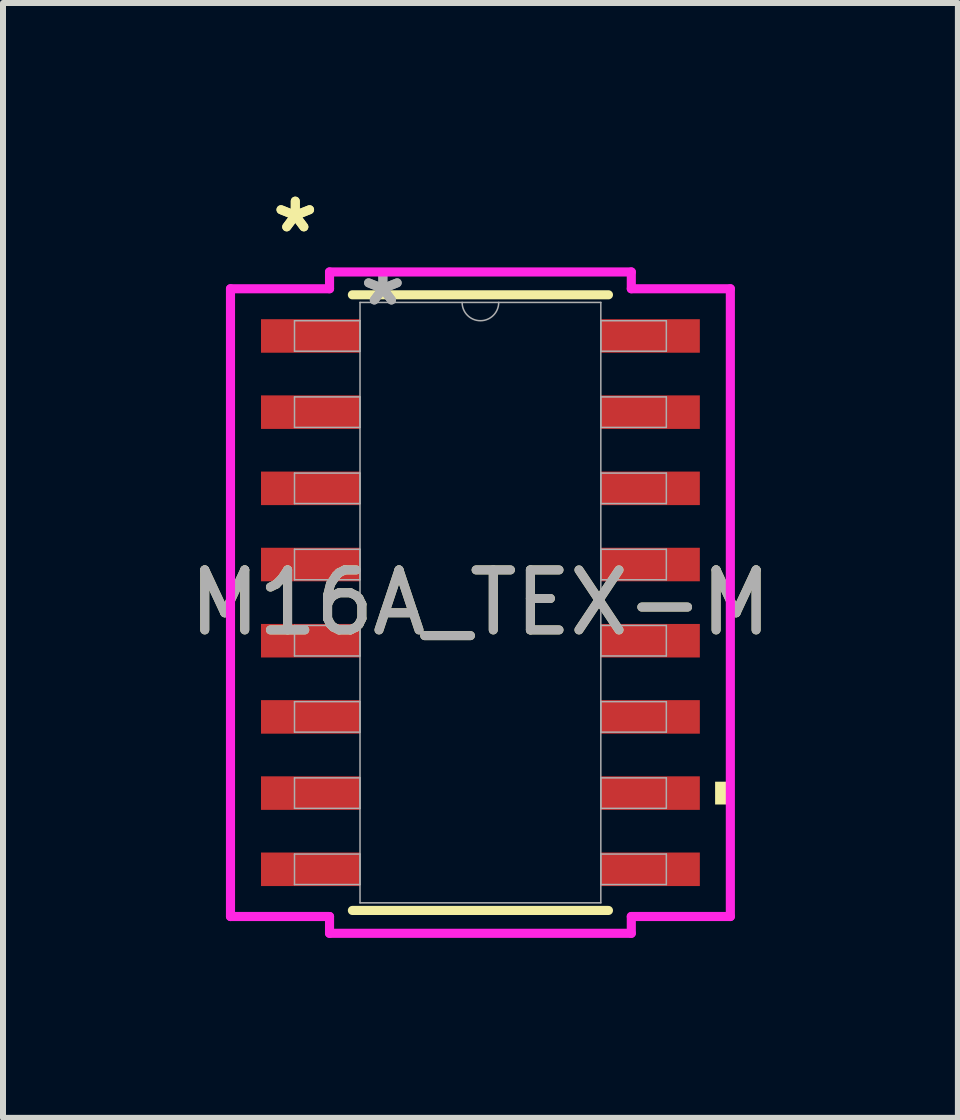
<source format=kicad_pcb>
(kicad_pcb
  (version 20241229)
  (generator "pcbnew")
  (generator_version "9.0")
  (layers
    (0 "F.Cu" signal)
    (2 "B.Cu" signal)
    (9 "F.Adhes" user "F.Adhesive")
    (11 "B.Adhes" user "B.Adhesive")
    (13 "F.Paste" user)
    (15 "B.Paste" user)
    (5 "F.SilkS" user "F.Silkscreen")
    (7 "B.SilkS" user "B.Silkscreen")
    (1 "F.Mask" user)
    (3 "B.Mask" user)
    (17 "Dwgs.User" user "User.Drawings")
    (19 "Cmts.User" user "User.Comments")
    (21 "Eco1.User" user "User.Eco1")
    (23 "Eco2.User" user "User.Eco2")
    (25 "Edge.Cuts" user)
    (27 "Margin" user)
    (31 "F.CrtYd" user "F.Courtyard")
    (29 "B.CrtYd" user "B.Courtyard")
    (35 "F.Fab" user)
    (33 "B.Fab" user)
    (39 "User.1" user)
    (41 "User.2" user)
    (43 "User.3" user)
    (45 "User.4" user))
  (footprint "M16A_TEX-M"
    (layer "F.Cu")
    (at 4.958 6.995)
    (property "Reference" "M16A_TEX-M" (at 0 0 0) (unlocked yes) (layer "F.SilkS") (effects (font (size 1 1) (thickness 0.15))))
    (attr smd)
    (fp_line (start -2.134 5.131) (end 2.134 5.131) (stroke (width 0.152) (type solid)) (layer "F.SilkS"))
    (fp_line (start 2.134 -5.131) (end -2.134 -5.131) (stroke (width 0.152) (type solid)) (layer "F.SilkS"))
    (fp_poly (pts (xy 4.166 2.985) (xy 4.166 3.365) (xy 3.912 3.365) (xy 3.912 2.985)) (stroke (width 0) (type solid)) (fill yes) (layer "F.SilkS"))
    (fp_line (start -4.166 -5.232) (end -2.515 -5.232) (stroke (width 0.152) (type solid)) (layer "F.CrtYd"))
    (fp_line (start -4.166 5.232) (end -4.166 -5.232) (stroke (width 0.152) (type solid)) (layer "F.CrtYd"))
    (fp_line (start -4.166 5.232) (end -2.515 5.232) (stroke (width 0.152) (type solid)) (layer "F.CrtYd"))
    (fp_line (start -2.515 -5.512) (end 2.515 -5.512) (stroke (width 0.152) (type solid)) (layer "F.CrtYd"))
    (fp_line (start -2.515 -5.232) (end -2.515 -5.512) (stroke (width 0.152) (type solid)) (layer "F.CrtYd"))
    (fp_line (start -2.515 5.512) (end -2.515 5.232) (stroke (width 0.152) (type solid)) (layer "F.CrtYd"))
    (fp_line (start 2.515 -5.512) (end 2.515 -5.232) (stroke (width 0.152) (type solid)) (layer "F.CrtYd"))
    (fp_line (start 2.515 5.232) (end 2.515 5.512) (stroke (width 0.152) (type solid)) (layer "F.CrtYd"))
    (fp_line (start 2.515 5.512) (end -2.515 5.512) (stroke (width 0.152) (type solid)) (layer "F.CrtYd"))
    (fp_line (start 4.166 -5.232) (end 2.515 -5.232) (stroke (width 0.152) (type solid)) (layer "F.CrtYd"))
    (fp_line (start 4.166 -5.232) (end 4.166 5.232) (stroke (width 0.152) (type solid)) (layer "F.CrtYd"))
    (fp_line (start 4.166 5.232) (end 2.515 5.232) (stroke (width 0.152) (type solid)) (layer "F.CrtYd"))
    (fp_line (start -3.099 -4.699) (end -3.099 -4.191) (stroke (width 0.025) (type solid)) (layer "F.Fab"))
    (fp_line (start -3.099 -4.191) (end -2.007 -4.191) (stroke (width 0.025) (type solid)) (layer "F.Fab"))
    (fp_line (start -3.099 -3.429) (end -3.099 -2.921) (stroke (width 0.025) (type solid)) (layer "F.Fab"))
    (fp_line (start -3.099 -2.921) (end -2.007 -2.921) (stroke (width 0.025) (type solid)) (layer "F.Fab"))
    (fp_line (start -3.099 -2.159) (end -3.099 -1.651) (stroke (width 0.025) (type solid)) (layer "F.Fab"))
    (fp_line (start -3.099 -1.651) (end -2.007 -1.651) (stroke (width 0.025) (type solid)) (layer "F.Fab"))
    (fp_line (start -3.099 -0.889) (end -3.099 -0.381) (stroke (width 0.025) (type solid)) (layer "F.Fab"))
    (fp_line (start -3.099 -0.381) (end -2.007 -0.381) (stroke (width 0.025) (type solid)) (layer "F.Fab"))
    (fp_line (start -3.099 0.381) (end -3.099 0.889) (stroke (width 0.025) (type solid)) (layer "F.Fab"))
    (fp_line (start -3.099 0.889) (end -2.007 0.889) (stroke (width 0.025) (type solid)) (layer "F.Fab"))
    (fp_line (start -3.099 1.651) (end -3.099 2.159) (stroke (width 0.025) (type solid)) (layer "F.Fab"))
    (fp_line (start -3.099 2.159) (end -2.007 2.159) (stroke (width 0.025) (type solid)) (layer "F.Fab"))
    (fp_line (start -3.099 2.921) (end -3.099 3.429) (stroke (width 0.025) (type solid)) (layer "F.Fab"))
    (fp_line (start -3.099 3.429) (end -2.007 3.429) (stroke (width 0.025) (type solid)) (layer "F.Fab"))
    (fp_line (start -3.099 4.191) (end -3.099 4.699) (stroke (width 0.025) (type solid)) (layer "F.Fab"))
    (fp_line (start -3.099 4.699) (end -2.007 4.699) (stroke (width 0.025) (type solid)) (layer "F.Fab"))
    (fp_line (start -2.007 -5.004) (end -2.007 5.004) (stroke (width 0.025) (type solid)) (layer "F.Fab"))
    (fp_line (start -2.007 -4.699) (end -3.099 -4.699) (stroke (width 0.025) (type solid)) (layer "F.Fab"))
    (fp_line (start -2.007 -4.191) (end -2.007 -4.699) (stroke (width 0.025) (type solid)) (layer "F.Fab"))
    (fp_line (start -2.007 -3.429) (end -3.099 -3.429) (stroke (width 0.025) (type solid)) (layer "F.Fab"))
    (fp_line (start -2.007 -2.921) (end -2.007 -3.429) (stroke (width 0.025) (type solid)) (layer "F.Fab"))
    (fp_line (start -2.007 -2.159) (end -3.099 -2.159) (stroke (width 0.025) (type solid)) (layer "F.Fab"))
    (fp_line (start -2.007 -1.651) (end -2.007 -2.159) (stroke (width 0.025) (type solid)) (layer "F.Fab"))
    (fp_line (start -2.007 -0.889) (end -3.099 -0.889) (stroke (width 0.025) (type solid)) (layer "F.Fab"))
    (fp_line (start -2.007 -0.381) (end -2.007 -0.889) (stroke (width 0.025) (type solid)) (layer "F.Fab"))
    (fp_line (start -2.007 0.381) (end -3.099 0.381) (stroke (width 0.025) (type solid)) (layer "F.Fab"))
    (fp_line (start -2.007 0.889) (end -2.007 0.381) (stroke (width 0.025) (type solid)) (layer "F.Fab"))
    (fp_line (start -2.007 1.651) (end -3.099 1.651) (stroke (width 0.025) (type solid)) (layer "F.Fab"))
    (fp_line (start -2.007 2.159) (end -2.007 1.651) (stroke (width 0.025) (type solid)) (layer "F.Fab"))
    (fp_line (start -2.007 2.921) (end -3.099 2.921) (stroke (width 0.025) (type solid)) (layer "F.Fab"))
    (fp_line (start -2.007 3.429) (end -2.007 2.921) (stroke (width 0.025) (type solid)) (layer "F.Fab"))
    (fp_line (start -2.007 4.191) (end -3.099 4.191) (stroke (width 0.025) (type solid)) (layer "F.Fab"))
    (fp_line (start -2.007 4.699) (end -2.007 4.191) (stroke (width 0.025) (type solid)) (layer "F.Fab"))
    (fp_line (start -2.007 5.004) (end 2.007 5.004) (stroke (width 0.025) (type solid)) (layer "F.Fab"))
    (fp_line (start 2.007 -5.004) (end -2.007 -5.004) (stroke (width 0.025) (type solid)) (layer "F.Fab"))
    (fp_line (start 2.007 -4.699) (end 2.007 -4.191) (stroke (width 0.025) (type solid)) (layer "F.Fab"))
    (fp_line (start 2.007 -4.191) (end 3.099 -4.191) (stroke (width 0.025) (type solid)) (layer "F.Fab"))
    (fp_line (start 2.007 -3.429) (end 2.007 -2.921) (stroke (width 0.025) (type solid)) (layer "F.Fab"))
    (fp_line (start 2.007 -2.921) (end 3.099 -2.921) (stroke (width 0.025) (type solid)) (layer "F.Fab"))
    (fp_line (start 2.007 -2.159) (end 2.007 -1.651) (stroke (width 0.025) (type solid)) (layer "F.Fab"))
    (fp_line (start 2.007 -1.651) (end 3.099 -1.651) (stroke (width 0.025) (type solid)) (layer "F.Fab"))
    (fp_line (start 2.007 -0.889) (end 2.007 -0.381) (stroke (width 0.025) (type solid)) (layer "F.Fab"))
    (fp_line (start 2.007 -0.381) (end 3.099 -0.381) (stroke (width 0.025) (type solid)) (layer "F.Fab"))
    (fp_line (start 2.007 0.381) (end 2.007 0.889) (stroke (width 0.025) (type solid)) (layer "F.Fab"))
    (fp_line (start 2.007 0.889) (end 3.099 0.889) (stroke (width 0.025) (type solid)) (layer "F.Fab"))
    (fp_line (start 2.007 1.651) (end 2.007 2.159) (stroke (width 0.025) (type solid)) (layer "F.Fab"))
    (fp_line (start 2.007 2.159) (end 3.099 2.159) (stroke (width 0.025) (type solid)) (layer "F.Fab"))
    (fp_line (start 2.007 2.921) (end 2.007 3.429) (stroke (width 0.025) (type solid)) (layer "F.Fab"))
    (fp_line (start 2.007 3.429) (end 3.099 3.429) (stroke (width 0.025) (type solid)) (layer "F.Fab"))
    (fp_line (start 2.007 4.191) (end 2.007 4.699) (stroke (width 0.025) (type solid)) (layer "F.Fab"))
    (fp_line (start 2.007 4.699) (end 3.099 4.699) (stroke (width 0.025) (type solid)) (layer "F.Fab"))
    (fp_line (start 2.007 5.004) (end 2.007 -5.004) (stroke (width 0.025) (type solid)) (layer "F.Fab"))
    (fp_line (start 3.099 -4.699) (end 2.007 -4.699) (stroke (width 0.025) (type solid)) (layer "F.Fab"))
    (fp_line (start 3.099 -4.191) (end 3.099 -4.699) (stroke (width 0.025) (type solid)) (layer "F.Fab"))
    (fp_line (start 3.099 -3.429) (end 2.007 -3.429) (stroke (width 0.025) (type solid)) (layer "F.Fab"))
    (fp_line (start 3.099 -2.921) (end 3.099 -3.429) (stroke (width 0.025) (type solid)) (layer "F.Fab"))
    (fp_line (start 3.099 -2.159) (end 2.007 -2.159) (stroke (width 0.025) (type solid)) (layer "F.Fab"))
    (fp_line (start 3.099 -1.651) (end 3.099 -2.159) (stroke (width 0.025) (type solid)) (layer "F.Fab"))
    (fp_line (start 3.099 -0.889) (end 2.007 -0.889) (stroke (width 0.025) (type solid)) (layer "F.Fab"))
    (fp_line (start 3.099 -0.381) (end 3.099 -0.889) (stroke (width 0.025) (type solid)) (layer "F.Fab"))
    (fp_line (start 3.099 0.381) (end 2.007 0.381) (stroke (width 0.025) (type solid)) (layer "F.Fab"))
    (fp_line (start 3.099 0.889) (end 3.099 0.381) (stroke (width 0.025) (type solid)) (layer "F.Fab"))
    (fp_line (start 3.099 1.651) (end 2.007 1.651) (stroke (width 0.025) (type solid)) (layer "F.Fab"))
    (fp_line (start 3.099 2.159) (end 3.099 1.651) (stroke (width 0.025) (type solid)) (layer "F.Fab"))
    (fp_line (start 3.099 2.921) (end 2.007 2.921) (stroke (width 0.025) (type solid)) (layer "F.Fab"))
    (fp_line (start 3.099 3.429) (end 3.099 2.921) (stroke (width 0.025) (type solid)) (layer "F.Fab"))
    (fp_line (start 3.099 4.191) (end 2.007 4.191) (stroke (width 0.025) (type solid)) (layer "F.Fab"))
    (fp_line (start 3.099 4.699) (end 3.099 4.191) (stroke (width 0.025) (type solid)) (layer "F.Fab"))
    (fp_arc (start 0.3048 -5.0038) (mid 0 -4.699) (end -0.3048 -5.0038) (stroke (width 0.0254) (type solid)) (layer "F.Fab"))
    (fp_text user "*" (at -3.086 -6.147 0) (unlocked yes) (layer "F.SilkS") (effects (font (size 1 1) (thickness 0.15))))
    (fp_text user "*" (at -3.086 -6.147 0) (layer "F.SilkS") (effects (font (size 1 1) (thickness 0.15))))
    (fp_text user "*" (at -1.626 -4.928 0) (unlocked yes) (layer "F.Fab") (effects (font (size 1 1) (thickness 0.15))))
    (fp_text user "${REFERENCE}" (at 0 0 0) (unlocked yes) (layer "F.Fab") (effects (font (size 1 1) (thickness 0.15))))
    (fp_text user "*" (at -1.626 -4.928 0) (layer "F.Fab") (effects (font (size 1 1) (thickness 0.15))))
    (pad "1" smd rect (at -2.832 -4.445) (size 1.651 0.559) (layers "F.Cu" "F.Mask" "F.Paste"))
    (pad "2" smd rect (at -2.832 -3.175) (size 1.651 0.559) (layers "F.Cu" "F.Mask" "F.Paste"))
    (pad "3" smd rect (at -2.832 -1.905) (size 1.651 0.559) (layers "F.Cu" "F.Mask" "F.Paste"))
    (pad "4" smd rect (at -2.832 -0.635) (size 1.651 0.559) (layers "F.Cu" "F.Mask" "F.Paste"))
    (pad "5" smd rect (at -2.832 0.635) (size 1.651 0.559) (layers "F.Cu" "F.Mask" "F.Paste"))
    (pad "6" smd rect (at -2.832 1.905) (size 1.651 0.559) (layers "F.Cu" "F.Mask" "F.Paste"))
    (pad "7" smd rect (at -2.832 3.175) (size 1.651 0.559) (layers "F.Cu" "F.Mask" "F.Paste"))
    (pad "8" smd rect (at -2.832 4.445) (size 1.651 0.559) (layers "F.Cu" "F.Mask" "F.Paste"))
    (pad "9" smd rect (at 2.832 4.445) (size 1.651 0.559) (layers "F.Cu" "F.Mask" "F.Paste"))
    (pad "10" smd rect (at 2.832 3.175) (size 1.651 0.559) (layers "F.Cu" "F.Mask" "F.Paste"))
    (pad "11" smd rect (at 2.832 1.905) (size 1.651 0.559) (layers "F.Cu" "F.Mask" "F.Paste"))
    (pad "12" smd rect (at 2.832 0.635) (size 1.651 0.559) (layers "F.Cu" "F.Mask" "F.Paste"))
    (pad "13" smd rect (at 2.832 -0.635) (size 1.651 0.559) (layers "F.Cu" "F.Mask" "F.Paste"))
    (pad "14" smd rect (at 2.832 -1.905) (size 1.651 0.559) (layers "F.Cu" "F.Mask" "F.Paste"))
    (pad "15" smd rect (at 2.832 -3.175) (size 1.651 0.559) (layers "F.Cu" "F.Mask" "F.Paste"))
    (pad "16" smd rect (at 2.832 -4.445) (size 1.651 0.559) (layers "F.Cu" "F.Mask" "F.Paste")))
  (gr_rect
    (start -3 -3)
    (end 12.917 15.583)
    (stroke (width 0.1) (type default))
    (fill no)
    (layer "Edge.Cuts")))
</source>
